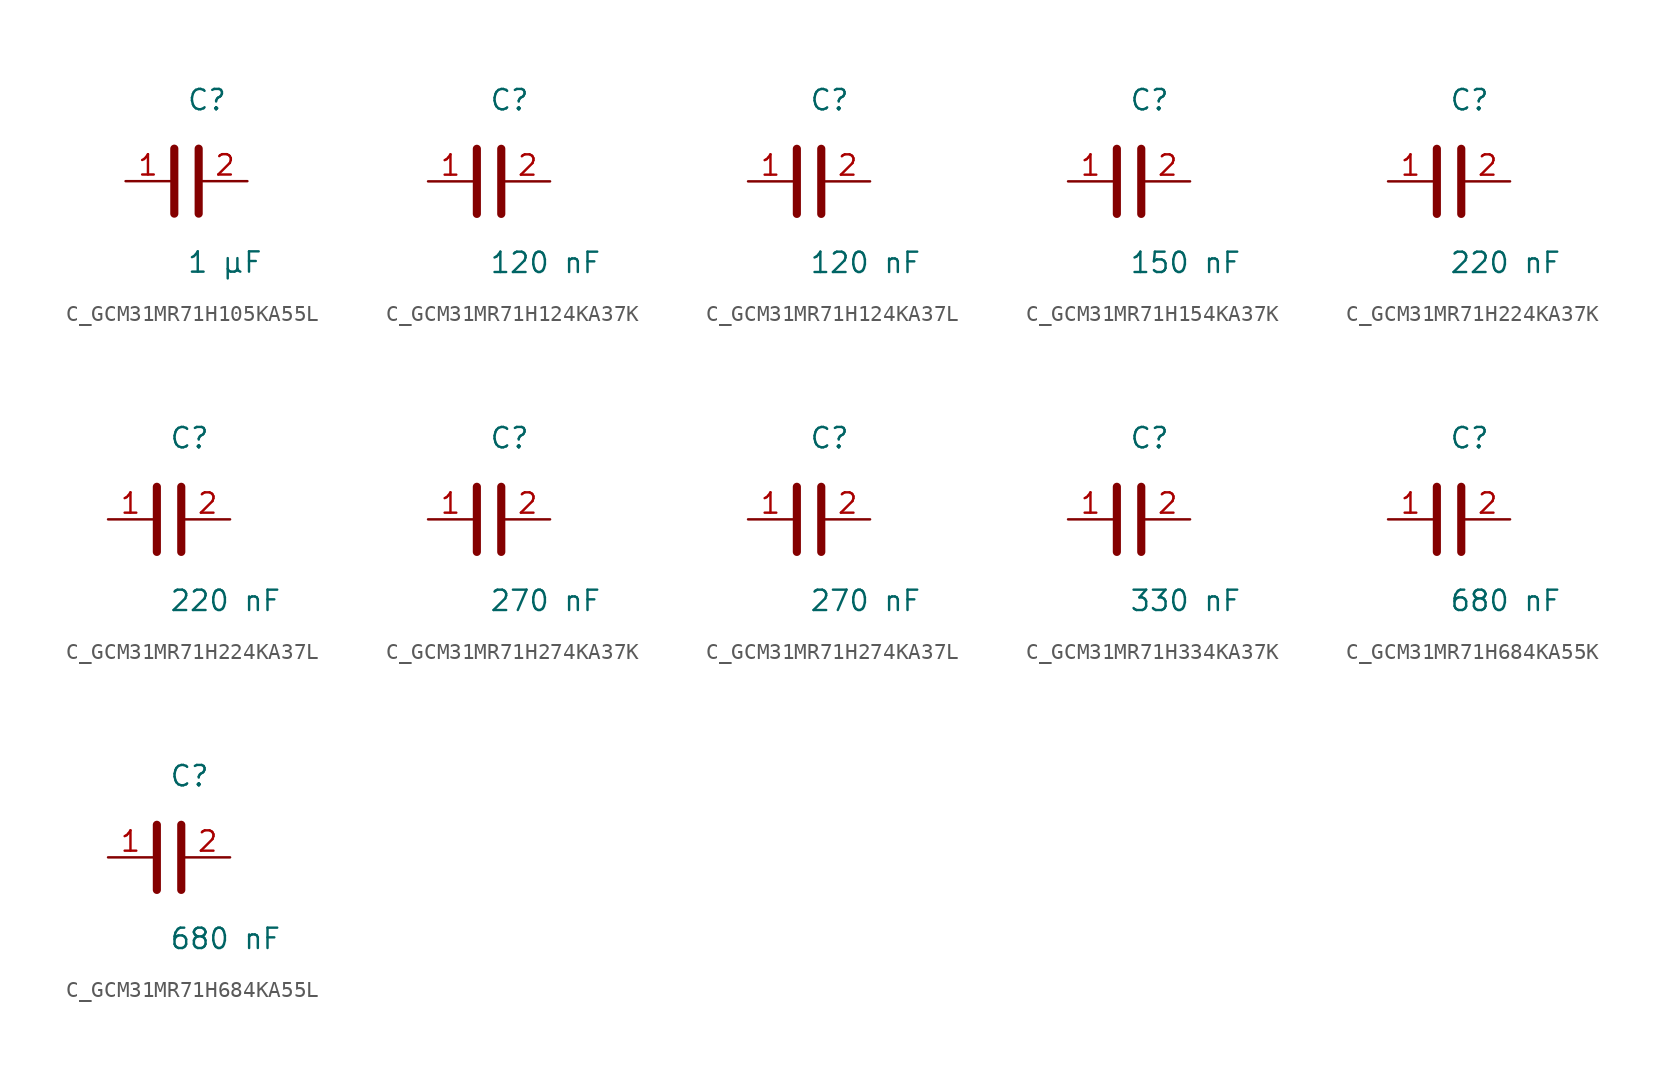
<source format=kicad_sym>
(kicad_symbol_lib
  (version 20231120)
  (generator kicad_symbol_editor)
  (generator_version 8.0)
  (symbol "C_GCM31MR71H105KA55L"
    (pin_names
      (offset 0.254))
    (property "Reference" "C"
      (at 0.0 5.08 0)
      (effects (font (size 1.27 1.27)) (justify left)))
    (property "Value" "1 µF"
      (at 0.0 -5.08 0)
      (effects (font (size 1.27 1.27)) (justify left)))
    (symbol "C_GCM31MR71H105KA55L_0_1"
      (polyline (pts (xy -0.762 -2.032) (xy -0.762 2.032)) (stroke (width 0.508) (type default)) (fill (type none)))
      (polyline (pts (xy 0.762 -2.032) (xy 0.762 2.032)) (stroke (width 0.508) (type default)) (fill (type none))))
    (pin unspecified line
      (at -3.81 0 0)
      (length 2.8)
      (name "" (effects (font (size 1.27 1.27))))
      (number "1" (effects (font (size 1.27 1.27)))))
    (pin unspecified line
      (at 3.81 0 180)
      (length 2.8)
      (name "" (effects (font (size 1.27 1.27))))
      (number "2" (effects (font (size 1.27 1.27))))))
  (symbol "C_GCM31MR71H124KA37K"
    (pin_names
      (offset 0.254))
    (property "Reference" "C"
      (at 0.0 5.08 0)
      (effects (font (size 1.27 1.27)) (justify left)))
    (property "Value" "120 nF"
      (at 0.0 -5.08 0)
      (effects (font (size 1.27 1.27)) (justify left)))
    (symbol "C_GCM31MR71H124KA37K_0_1"
      (polyline (pts (xy -0.762 -2.032) (xy -0.762 2.032)) (stroke (width 0.508) (type default)) (fill (type none)))
      (polyline (pts (xy 0.762 -2.032) (xy 0.762 2.032)) (stroke (width 0.508) (type default)) (fill (type none))))
    (pin unspecified line
      (at -3.81 0 0)
      (length 2.8)
      (name "" (effects (font (size 1.27 1.27))))
      (number "1" (effects (font (size 1.27 1.27)))))
    (pin unspecified line
      (at 3.81 0 180)
      (length 2.8)
      (name "" (effects (font (size 1.27 1.27))))
      (number "2" (effects (font (size 1.27 1.27))))))
  (symbol "C_GCM31MR71H124KA37L"
    (pin_names
      (offset 0.254))
    (property "Reference" "C"
      (at 0.0 5.08 0)
      (effects (font (size 1.27 1.27)) (justify left)))
    (property "Value" "120 nF"
      (at 0.0 -5.08 0)
      (effects (font (size 1.27 1.27)) (justify left)))
    (symbol "C_GCM31MR71H124KA37L_0_1"
      (polyline (pts (xy -0.762 -2.032) (xy -0.762 2.032)) (stroke (width 0.508) (type default)) (fill (type none)))
      (polyline (pts (xy 0.762 -2.032) (xy 0.762 2.032)) (stroke (width 0.508) (type default)) (fill (type none))))
    (pin unspecified line
      (at -3.81 0 0)
      (length 2.8)
      (name "" (effects (font (size 1.27 1.27))))
      (number "1" (effects (font (size 1.27 1.27)))))
    (pin unspecified line
      (at 3.81 0 180)
      (length 2.8)
      (name "" (effects (font (size 1.27 1.27))))
      (number "2" (effects (font (size 1.27 1.27))))))
  (symbol "C_GCM31MR71H154KA37K"
    (pin_names
      (offset 0.254))
    (property "Reference" "C"
      (at 0.0 5.08 0)
      (effects (font (size 1.27 1.27)) (justify left)))
    (property "Value" "150 nF"
      (at 0.0 -5.08 0)
      (effects (font (size 1.27 1.27)) (justify left)))
    (symbol "C_GCM31MR71H154KA37K_0_1"
      (polyline (pts (xy -0.762 -2.032) (xy -0.762 2.032)) (stroke (width 0.508) (type default)) (fill (type none)))
      (polyline (pts (xy 0.762 -2.032) (xy 0.762 2.032)) (stroke (width 0.508) (type default)) (fill (type none))))
    (pin unspecified line
      (at -3.81 0 0)
      (length 2.8)
      (name "" (effects (font (size 1.27 1.27))))
      (number "1" (effects (font (size 1.27 1.27)))))
    (pin unspecified line
      (at 3.81 0 180)
      (length 2.8)
      (name "" (effects (font (size 1.27 1.27))))
      (number "2" (effects (font (size 1.27 1.27))))))
  (symbol "C_GCM31MR71H224KA37K"
    (pin_names
      (offset 0.254))
    (property "Reference" "C"
      (at 0.0 5.08 0)
      (effects (font (size 1.27 1.27)) (justify left)))
    (property "Value" "220 nF"
      (at 0.0 -5.08 0)
      (effects (font (size 1.27 1.27)) (justify left)))
    (symbol "C_GCM31MR71H224KA37K_0_1"
      (polyline (pts (xy -0.762 -2.032) (xy -0.762 2.032)) (stroke (width 0.508) (type default)) (fill (type none)))
      (polyline (pts (xy 0.762 -2.032) (xy 0.762 2.032)) (stroke (width 0.508) (type default)) (fill (type none))))
    (pin unspecified line
      (at -3.81 0 0)
      (length 2.8)
      (name "" (effects (font (size 1.27 1.27))))
      (number "1" (effects (font (size 1.27 1.27)))))
    (pin unspecified line
      (at 3.81 0 180)
      (length 2.8)
      (name "" (effects (font (size 1.27 1.27))))
      (number "2" (effects (font (size 1.27 1.27))))))
  (symbol "C_GCM31MR71H224KA37L"
    (pin_names
      (offset 0.254))
    (property "Reference" "C"
      (at 0.0 5.08 0)
      (effects (font (size 1.27 1.27)) (justify left)))
    (property "Value" "220 nF"
      (at 0.0 -5.08 0)
      (effects (font (size 1.27 1.27)) (justify left)))
    (symbol "C_GCM31MR71H224KA37L_0_1"
      (polyline (pts (xy -0.762 -2.032) (xy -0.762 2.032)) (stroke (width 0.508) (type default)) (fill (type none)))
      (polyline (pts (xy 0.762 -2.032) (xy 0.762 2.032)) (stroke (width 0.508) (type default)) (fill (type none))))
    (pin unspecified line
      (at -3.81 0 0)
      (length 2.8)
      (name "" (effects (font (size 1.27 1.27))))
      (number "1" (effects (font (size 1.27 1.27)))))
    (pin unspecified line
      (at 3.81 0 180)
      (length 2.8)
      (name "" (effects (font (size 1.27 1.27))))
      (number "2" (effects (font (size 1.27 1.27))))))
  (symbol "C_GCM31MR71H274KA37K"
    (pin_names
      (offset 0.254))
    (property "Reference" "C"
      (at 0.0 5.08 0)
      (effects (font (size 1.27 1.27)) (justify left)))
    (property "Value" "270 nF"
      (at 0.0 -5.08 0)
      (effects (font (size 1.27 1.27)) (justify left)))
    (symbol "C_GCM31MR71H274KA37K_0_1"
      (polyline (pts (xy -0.762 -2.032) (xy -0.762 2.032)) (stroke (width 0.508) (type default)) (fill (type none)))
      (polyline (pts (xy 0.762 -2.032) (xy 0.762 2.032)) (stroke (width 0.508) (type default)) (fill (type none))))
    (pin unspecified line
      (at -3.81 0 0)
      (length 2.8)
      (name "" (effects (font (size 1.27 1.27))))
      (number "1" (effects (font (size 1.27 1.27)))))
    (pin unspecified line
      (at 3.81 0 180)
      (length 2.8)
      (name "" (effects (font (size 1.27 1.27))))
      (number "2" (effects (font (size 1.27 1.27))))))
  (symbol "C_GCM31MR71H274KA37L"
    (pin_names
      (offset 0.254))
    (property "Reference" "C"
      (at 0.0 5.08 0)
      (effects (font (size 1.27 1.27)) (justify left)))
    (property "Value" "270 nF"
      (at 0.0 -5.08 0)
      (effects (font (size 1.27 1.27)) (justify left)))
    (symbol "C_GCM31MR71H274KA37L_0_1"
      (polyline (pts (xy -0.762 -2.032) (xy -0.762 2.032)) (stroke (width 0.508) (type default)) (fill (type none)))
      (polyline (pts (xy 0.762 -2.032) (xy 0.762 2.032)) (stroke (width 0.508) (type default)) (fill (type none))))
    (pin unspecified line
      (at -3.81 0 0)
      (length 2.8)
      (name "" (effects (font (size 1.27 1.27))))
      (number "1" (effects (font (size 1.27 1.27)))))
    (pin unspecified line
      (at 3.81 0 180)
      (length 2.8)
      (name "" (effects (font (size 1.27 1.27))))
      (number "2" (effects (font (size 1.27 1.27))))))
  (symbol "C_GCM31MR71H334KA37K"
    (pin_names
      (offset 0.254))
    (property "Reference" "C"
      (at 0.0 5.08 0)
      (effects (font (size 1.27 1.27)) (justify left)))
    (property "Value" "330 nF"
      (at 0.0 -5.08 0)
      (effects (font (size 1.27 1.27)) (justify left)))
    (symbol "C_GCM31MR71H334KA37K_0_1"
      (polyline (pts (xy -0.762 -2.032) (xy -0.762 2.032)) (stroke (width 0.508) (type default)) (fill (type none)))
      (polyline (pts (xy 0.762 -2.032) (xy 0.762 2.032)) (stroke (width 0.508) (type default)) (fill (type none))))
    (pin unspecified line
      (at -3.81 0 0)
      (length 2.8)
      (name "" (effects (font (size 1.27 1.27))))
      (number "1" (effects (font (size 1.27 1.27)))))
    (pin unspecified line
      (at 3.81 0 180)
      (length 2.8)
      (name "" (effects (font (size 1.27 1.27))))
      (number "2" (effects (font (size 1.27 1.27))))))
  (symbol "C_GCM31MR71H684KA55K"
    (pin_names
      (offset 0.254))
    (property "Reference" "C"
      (at 0.0 5.08 0)
      (effects (font (size 1.27 1.27)) (justify left)))
    (property "Value" "680 nF"
      (at 0.0 -5.08 0)
      (effects (font (size 1.27 1.27)) (justify left)))
    (symbol "C_GCM31MR71H684KA55K_0_1"
      (polyline (pts (xy -0.762 -2.032) (xy -0.762 2.032)) (stroke (width 0.508) (type default)) (fill (type none)))
      (polyline (pts (xy 0.762 -2.032) (xy 0.762 2.032)) (stroke (width 0.508) (type default)) (fill (type none))))
    (pin unspecified line
      (at -3.81 0 0)
      (length 2.8)
      (name "" (effects (font (size 1.27 1.27))))
      (number "1" (effects (font (size 1.27 1.27)))))
    (pin unspecified line
      (at 3.81 0 180)
      (length 2.8)
      (name "" (effects (font (size 1.27 1.27))))
      (number "2" (effects (font (size 1.27 1.27))))))
  (symbol "C_GCM31MR71H684KA55L"
    (pin_names
      (offset 0.254))
    (property "Reference" "C"
      (at 0.0 5.08 0)
      (effects (font (size 1.27 1.27)) (justify left)))
    (property "Value" "680 nF"
      (at 0.0 -5.08 0)
      (effects (font (size 1.27 1.27)) (justify left)))
    (symbol "C_GCM31MR71H684KA55L_0_1"
      (polyline (pts (xy -0.762 -2.032) (xy -0.762 2.032)) (stroke (width 0.508) (type default)) (fill (type none)))
      (polyline (pts (xy 0.762 -2.032) (xy 0.762 2.032)) (stroke (width 0.508) (type default)) (fill (type none))))
    (pin unspecified line
      (at -3.81 0 0)
      (length 2.8)
      (name "" (effects (font (size 1.27 1.27))))
      (number "1" (effects (font (size 1.27 1.27)))))
    (pin unspecified line
      (at 3.81 0 180)
      (length 2.8)
      (name "" (effects (font (size 1.27 1.27))))
      (number "2" (effects (font (size 1.27 1.27)))))))
</source>
